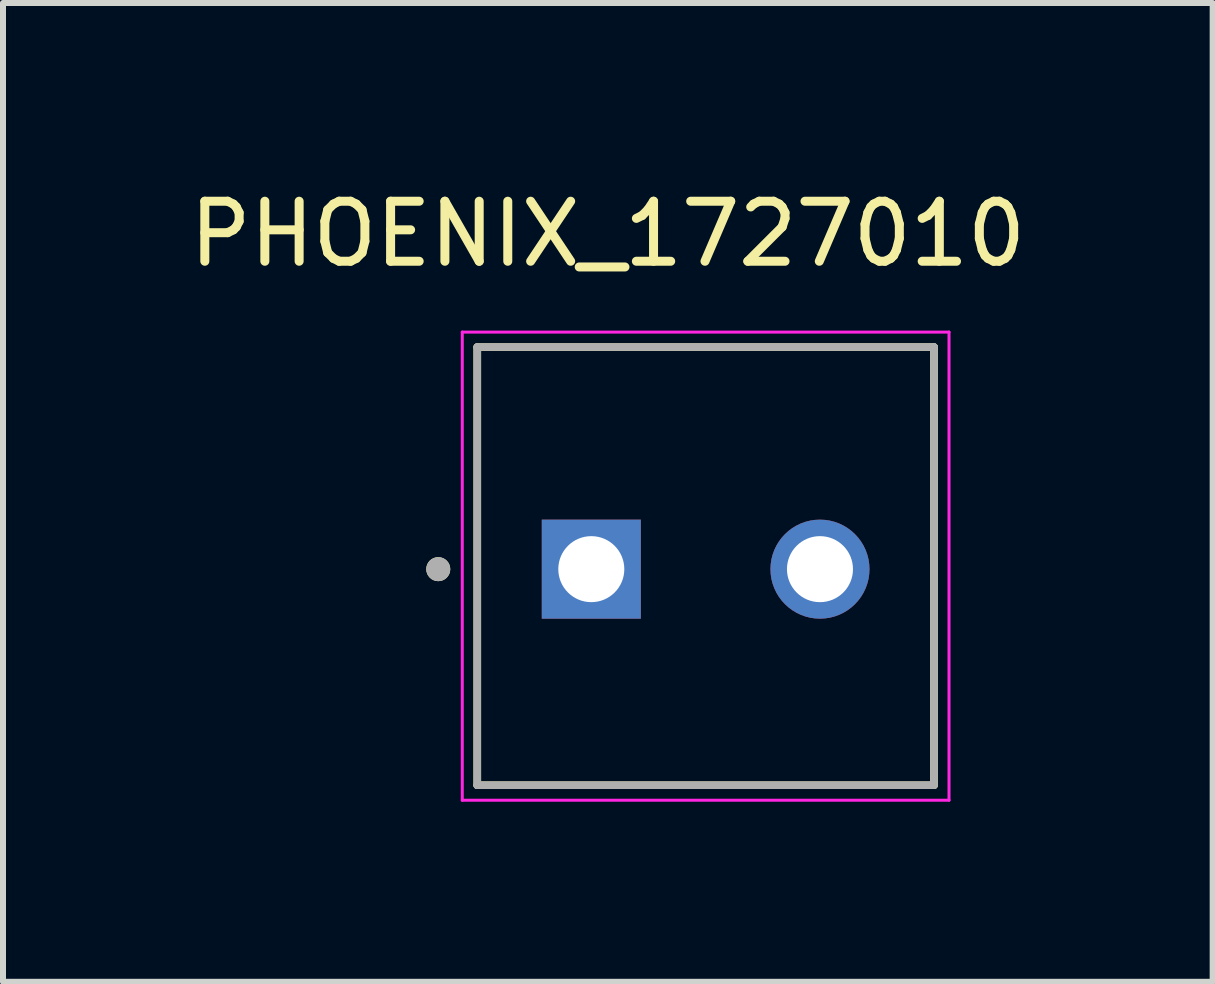
<source format=kicad_pcb>
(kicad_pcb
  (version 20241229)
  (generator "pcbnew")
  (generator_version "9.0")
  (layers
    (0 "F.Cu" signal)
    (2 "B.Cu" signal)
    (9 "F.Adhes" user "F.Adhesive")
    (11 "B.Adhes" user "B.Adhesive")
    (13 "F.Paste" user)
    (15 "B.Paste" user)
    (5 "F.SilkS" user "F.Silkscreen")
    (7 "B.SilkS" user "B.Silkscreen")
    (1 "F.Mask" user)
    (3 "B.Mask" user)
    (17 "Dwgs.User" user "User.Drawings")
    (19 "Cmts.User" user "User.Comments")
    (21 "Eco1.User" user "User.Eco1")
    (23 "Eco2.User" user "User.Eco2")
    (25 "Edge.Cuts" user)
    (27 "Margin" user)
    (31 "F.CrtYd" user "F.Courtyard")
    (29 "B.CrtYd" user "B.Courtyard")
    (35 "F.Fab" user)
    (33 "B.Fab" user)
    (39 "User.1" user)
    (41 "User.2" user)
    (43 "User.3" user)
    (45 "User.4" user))
  (footprint "PHOENIX_1727010"
    (layer "F.Cu")
    (at 4.902 10.033)
    (property "Reference" "PHOENIX_1727010" (at 2.175 -9.185 0) (layer "F.SilkS") (effects (font (size 1 1) (thickness 0.15))))
    (attr through_hole)
    (fp_line (start 0 0) (end 0 -7.3) (stroke (width 0.127) (type solid)) (layer "F.SilkS"))
    (fp_line (start 7.61 -7.3) (end 0 -7.3) (stroke (width 0.127) (type solid)) (layer "F.SilkS"))
    (fp_line (start 7.61 -7.3) (end 7.61 0) (stroke (width 0.127) (type solid)) (layer "F.SilkS"))
    (fp_line (start 7.61 0) (end 0 0) (stroke (width 0.127) (type solid)) (layer "F.SilkS"))
    (fp_circle (center -0.65 -3.6) (end -0.55 -3.6) (stroke (width 0.2) (type solid)) (fill no) (layer "F.SilkS"))
    (fp_line (start -0.25 -7.55) (end 7.86 -7.55) (stroke (width 0.05) (type solid)) (layer "F.CrtYd"))
    (fp_line (start -0.25 0.25) (end -0.25 -7.55) (stroke (width 0.05) (type solid)) (layer "F.CrtYd"))
    (fp_line (start 7.86 -7.55) (end 7.86 0.25) (stroke (width 0.05) (type solid)) (layer "F.CrtYd"))
    (fp_line (start 7.86 0.25) (end -0.25 0.25) (stroke (width 0.05) (type solid)) (layer "F.CrtYd"))
    (fp_line (start 0 -7.3) (end 7.61 -7.3) (stroke (width 0.127) (type solid)) (layer "F.Fab"))
    (fp_line (start 0 0) (end 0 -7.3) (stroke (width 0.127) (type solid)) (layer "F.Fab"))
    (fp_line (start 7.61 -7.3) (end 7.61 0) (stroke (width 0.127) (type solid)) (layer "F.Fab"))
    (fp_line (start 7.61 0) (end 0 0) (stroke (width 0.127) (type solid)) (layer "F.Fab"))
    (fp_circle (center -0.65 -3.6) (end -0.55 -3.6) (stroke (width 0.2) (type solid)) (fill no) (layer "F.Fab"))
    (pad "01" thru_hole rect (at 1.9 -3.6) (size 1.65 1.65) (drill 1.1) (layers "*.Cu" "*.Mask"))
    (pad "02" thru_hole circle (at 5.71 -3.6) (size 1.65 1.65) (drill 1.1) (layers "*.Cu" "*.Mask")))
  (gr_rect
    (start -3 -3)
    (end 17.155 13.308)
    (stroke (width 0.1) (type default))
    (fill no)
    (layer "Edge.Cuts")))
</source>
